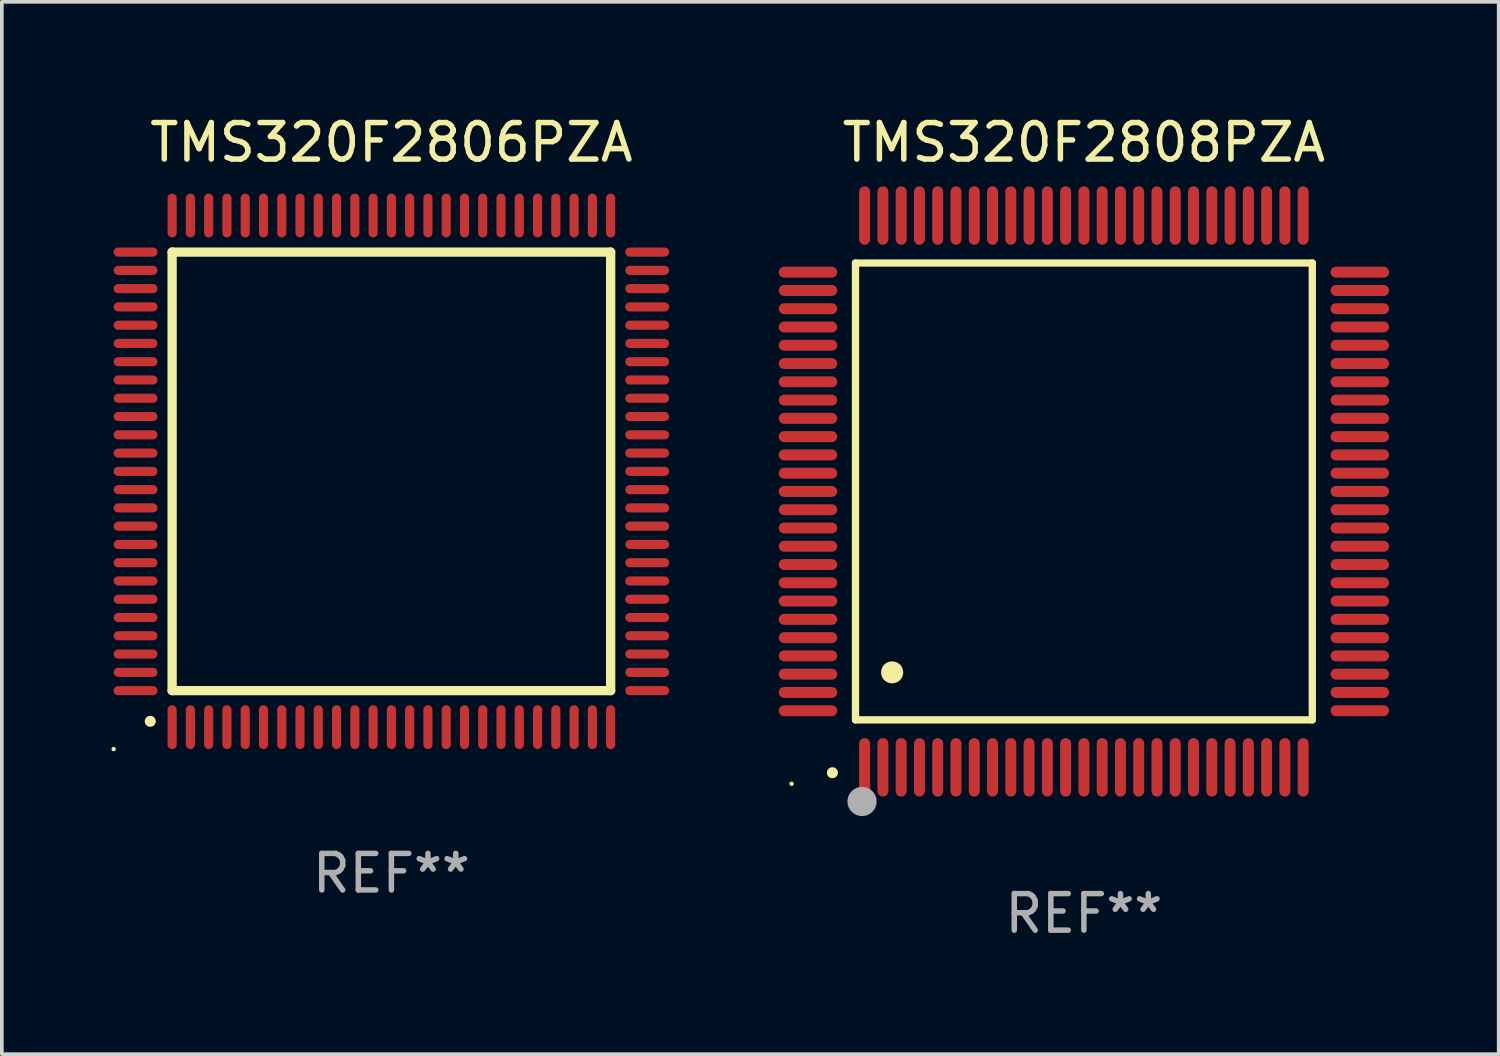
<source format=kicad_pcb>
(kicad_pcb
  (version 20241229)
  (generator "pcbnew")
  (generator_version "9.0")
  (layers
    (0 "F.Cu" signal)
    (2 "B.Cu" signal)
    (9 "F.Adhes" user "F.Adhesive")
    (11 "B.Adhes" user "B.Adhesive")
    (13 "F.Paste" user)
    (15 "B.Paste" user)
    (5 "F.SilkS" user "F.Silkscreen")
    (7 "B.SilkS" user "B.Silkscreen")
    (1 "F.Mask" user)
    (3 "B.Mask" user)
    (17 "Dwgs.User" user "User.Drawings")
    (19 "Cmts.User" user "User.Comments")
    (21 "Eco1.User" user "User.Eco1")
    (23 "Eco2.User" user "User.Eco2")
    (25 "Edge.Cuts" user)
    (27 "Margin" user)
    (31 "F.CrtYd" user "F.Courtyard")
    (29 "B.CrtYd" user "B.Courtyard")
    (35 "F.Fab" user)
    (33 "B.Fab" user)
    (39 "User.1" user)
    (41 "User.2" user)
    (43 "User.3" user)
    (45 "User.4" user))
  (footprint "TMS320F2806PZA"
    (layer "F.Cu")
    (at 7.66 9.848)
    (property "Reference" "TMS320F2806PZA" (at 0 -9 0) (layer "F.SilkS") (effects (font (size 1 1) (thickness 0.15))))
    (attr through_hole)
    (fp_line (start -6 -6) (end 6 -6) (stroke (width 0.254) (type solid)) (layer "F.SilkS"))
    (fp_line (start -6 6) (end -6 -6) (stroke (width 0.254) (type solid)) (layer "F.SilkS"))
    (fp_line (start 6 -6) (end 6 6) (stroke (width 0.254) (type solid)) (layer "F.SilkS"))
    (fp_line (start 6 6) (end -6 6) (stroke (width 0.254) (type solid)) (layer "F.SilkS"))
    (fp_arc (start -6.600025 6.840005) (mid -6.598755 6.84) (end -6.597485 6.840005) (stroke (width 0.3) (type solid)) (layer "F.SilkS"))
    (fp_circle (center -7.6 7.6) (end -7.57 7.6) (stroke (width 0.06) (type solid)) (fill no) (layer "F.SilkS"))
    (fp_text user "REF**" (at 0 11 0) (layer "F.Fab") (effects (font (size 1 1) (thickness 0.15))))
    (pad "1" smd oval (at -6 7 180) (size 0.25 1.2) (layers "F.Cu" "F.Mask" "F.Paste"))
    (pad "2" smd oval (at -5.5 7 180) (size 0.25 1.2) (layers "F.Cu" "F.Mask" "F.Paste"))
    (pad "3" smd oval (at -5 7 180) (size 0.25 1.2) (layers "F.Cu" "F.Mask" "F.Paste"))
    (pad "4" smd oval (at -4.5 7 180) (size 0.25 1.2) (layers "F.Cu" "F.Mask" "F.Paste"))
    (pad "5" smd oval (at -4 7 180) (size 0.25 1.2) (layers "F.Cu" "F.Mask" "F.Paste"))
    (pad "6" smd oval (at -3.5 7 180) (size 0.25 1.2) (layers "F.Cu" "F.Mask" "F.Paste"))
    (pad "7" smd oval (at -3 7 180) (size 0.25 1.2) (layers "F.Cu" "F.Mask" "F.Paste"))
    (pad "8" smd oval (at -2.5 7 180) (size 0.25 1.2) (layers "F.Cu" "F.Mask" "F.Paste"))
    (pad "9" smd oval (at -2 7 180) (size 0.25 1.2) (layers "F.Cu" "F.Mask" "F.Paste"))
    (pad "10" smd oval (at -1.5 7 180) (size 0.25 1.2) (layers "F.Cu" "F.Mask" "F.Paste"))
    (pad "11" smd oval (at -1 7 180) (size 0.25 1.2) (layers "F.Cu" "F.Mask" "F.Paste"))
    (pad "12" smd oval (at -0.5 7 180) (size 0.25 1.2) (layers "F.Cu" "F.Mask" "F.Paste"))
    (pad "13" smd oval (at 0 7 180) (size 0.25 1.2) (layers "F.Cu" "F.Mask" "F.Paste"))
    (pad "14" smd oval (at 0.5 7 180) (size 0.25 1.2) (layers "F.Cu" "F.Mask" "F.Paste"))
    (pad "15" smd oval (at 1 7 180) (size 0.25 1.2) (layers "F.Cu" "F.Mask" "F.Paste"))
    (pad "16" smd oval (at 1.5 7 180) (size 0.25 1.2) (layers "F.Cu" "F.Mask" "F.Paste"))
    (pad "17" smd oval (at 2 7 180) (size 0.25 1.2) (layers "F.Cu" "F.Mask" "F.Paste"))
    (pad "18" smd oval (at 2.5 7 180) (size 0.25 1.2) (layers "F.Cu" "F.Mask" "F.Paste"))
    (pad "19" smd oval (at 3 7 180) (size 0.25 1.2) (layers "F.Cu" "F.Mask" "F.Paste"))
    (pad "20" smd oval (at 3.5 7 180) (size 0.25 1.2) (layers "F.Cu" "F.Mask" "F.Paste"))
    (pad "21" smd oval (at 4 7 180) (size 0.25 1.2) (layers "F.Cu" "F.Mask" "F.Paste"))
    (pad "22" smd oval (at 4.5 7 180) (size 0.25 1.2) (layers "F.Cu" "F.Mask" "F.Paste"))
    (pad "23" smd oval (at 5 7 180) (size 0.25 1.2) (layers "F.Cu" "F.Mask" "F.Paste"))
    (pad "24" smd oval (at 5.5 7 180) (size 0.25 1.2) (layers "F.Cu" "F.Mask" "F.Paste"))
    (pad "25" smd oval (at 6 7 180) (size 0.25 1.2) (layers "F.Cu" "F.Mask" "F.Paste"))
    (pad "26" smd oval (at 7 6 90) (size 0.25 1.2) (layers "F.Cu" "F.Mask" "F.Paste"))
    (pad "27" smd oval (at 7 5.5 90) (size 0.25 1.2) (layers "F.Cu" "F.Mask" "F.Paste"))
    (pad "28" smd oval (at 7 5 90) (size 0.25 1.2) (layers "F.Cu" "F.Mask" "F.Paste"))
    (pad "29" smd oval (at 7 4.5 90) (size 0.25 1.2) (layers "F.Cu" "F.Mask" "F.Paste"))
    (pad "30" smd oval (at 7 4 90) (size 0.25 1.2) (layers "F.Cu" "F.Mask" "F.Paste"))
    (pad "31" smd oval (at 7 3.5 90) (size 0.25 1.2) (layers "F.Cu" "F.Mask" "F.Paste"))
    (pad "32" smd oval (at 7 3 90) (size 0.25 1.2) (layers "F.Cu" "F.Mask" "F.Paste"))
    (pad "33" smd oval (at 7 2.5 90) (size 0.25 1.2) (layers "F.Cu" "F.Mask" "F.Paste"))
    (pad "34" smd oval (at 7 2 90) (size 0.25 1.2) (layers "F.Cu" "F.Mask" "F.Paste"))
    (pad "35" smd oval (at 7 1.5 90) (size 0.25 1.2) (layers "F.Cu" "F.Mask" "F.Paste"))
    (pad "36" smd oval (at 7 1 90) (size 0.25 1.2) (layers "F.Cu" "F.Mask" "F.Paste"))
    (pad "37" smd oval (at 7 0.5 90) (size 0.25 1.2) (layers "F.Cu" "F.Mask" "F.Paste"))
    (pad "38" smd oval (at 7 0 90) (size 0.25 1.2) (layers "F.Cu" "F.Mask" "F.Paste"))
    (pad "39" smd oval (at 7 -0.5 90) (size 0.25 1.2) (layers "F.Cu" "F.Mask" "F.Paste"))
    (pad "40" smd oval (at 7 -1 90) (size 0.25 1.2) (layers "F.Cu" "F.Mask" "F.Paste"))
    (pad "41" smd oval (at 7 -1.5 90) (size 0.25 1.2) (layers "F.Cu" "F.Mask" "F.Paste"))
    (pad "42" smd oval (at 7 -2 90) (size 0.25 1.2) (layers "F.Cu" "F.Mask" "F.Paste"))
    (pad "43" smd oval (at 7 -2.5 90) (size 0.25 1.2) (layers "F.Cu" "F.Mask" "F.Paste"))
    (pad "44" smd oval (at 7 -3 90) (size 0.25 1.2) (layers "F.Cu" "F.Mask" "F.Paste"))
    (pad "45" smd oval (at 7 -3.5 90) (size 0.25 1.2) (layers "F.Cu" "F.Mask" "F.Paste"))
    (pad "46" smd oval (at 7 -4 90) (size 0.25 1.2) (layers "F.Cu" "F.Mask" "F.Paste"))
    (pad "47" smd oval (at 7 -4.5 90) (size 0.25 1.2) (layers "F.Cu" "F.Mask" "F.Paste"))
    (pad "48" smd oval (at 7 -5 90) (size 0.25 1.2) (layers "F.Cu" "F.Mask" "F.Paste"))
    (pad "49" smd oval (at 7 -5.5 90) (size 0.25 1.2) (layers "F.Cu" "F.Mask" "F.Paste"))
    (pad "50" smd oval (at 7 -6 90) (size 0.25 1.2) (layers "F.Cu" "F.Mask" "F.Paste"))
    (pad "51" smd oval (at 6 -7 180) (size 0.25 1.2) (layers "F.Cu" "F.Mask" "F.Paste"))
    (pad "52" smd oval (at 5.5 -7 180) (size 0.25 1.2) (layers "F.Cu" "F.Mask" "F.Paste"))
    (pad "53" smd oval (at 5 -7 180) (size 0.25 1.2) (layers "F.Cu" "F.Mask" "F.Paste"))
    (pad "54" smd oval (at 4.5 -7 180) (size 0.25 1.2) (layers "F.Cu" "F.Mask" "F.Paste"))
    (pad "55" smd oval (at 4 -7 180) (size 0.25 1.2) (layers "F.Cu" "F.Mask" "F.Paste"))
    (pad "56" smd oval (at 3.5 -7 180) (size 0.25 1.2) (layers "F.Cu" "F.Mask" "F.Paste"))
    (pad "57" smd oval (at 3 -7 180) (size 0.25 1.2) (layers "F.Cu" "F.Mask" "F.Paste"))
    (pad "58" smd oval (at 2.5 -7 180) (size 0.25 1.2) (layers "F.Cu" "F.Mask" "F.Paste"))
    (pad "59" smd oval (at 2 -7 180) (size 0.25 1.2) (layers "F.Cu" "F.Mask" "F.Paste"))
    (pad "60" smd oval (at 1.5 -7 180) (size 0.25 1.2) (layers "F.Cu" "F.Mask" "F.Paste"))
    (pad "61" smd oval (at 1 -7 180) (size 0.25 1.2) (layers "F.Cu" "F.Mask" "F.Paste"))
    (pad "62" smd oval (at 0.5 -7 180) (size 0.25 1.2) (layers "F.Cu" "F.Mask" "F.Paste"))
    (pad "63" smd oval (at 0 -7 180) (size 0.25 1.2) (layers "F.Cu" "F.Mask" "F.Paste"))
    (pad "64" smd oval (at -0.5 -7 180) (size 0.25 1.2) (layers "F.Cu" "F.Mask" "F.Paste"))
    (pad "65" smd oval (at -1 -7 180) (size 0.25 1.2) (layers "F.Cu" "F.Mask" "F.Paste"))
    (pad "66" smd oval (at -1.5 -7 180) (size 0.25 1.2) (layers "F.Cu" "F.Mask" "F.Paste"))
    (pad "67" smd oval (at -2 -7 180) (size 0.25 1.2) (layers "F.Cu" "F.Mask" "F.Paste"))
    (pad "68" smd oval (at -2.5 -7 180) (size 0.25 1.2) (layers "F.Cu" "F.Mask" "F.Paste"))
    (pad "69" smd oval (at -3 -7 180) (size 0.25 1.2) (layers "F.Cu" "F.Mask" "F.Paste"))
    (pad "70" smd oval (at -3.5 -7 180) (size 0.25 1.2) (layers "F.Cu" "F.Mask" "F.Paste"))
    (pad "71" smd oval (at -4 -7 180) (size 0.25 1.2) (layers "F.Cu" "F.Mask" "F.Paste"))
    (pad "72" smd oval (at -4.5 -7 180) (size 0.25 1.2) (layers "F.Cu" "F.Mask" "F.Paste"))
    (pad "73" smd oval (at -5 -7 180) (size 0.25 1.2) (layers "F.Cu" "F.Mask" "F.Paste"))
    (pad "74" smd oval (at -5.5 -7 180) (size 0.25 1.2) (layers "F.Cu" "F.Mask" "F.Paste"))
    (pad "75" smd oval (at -6 -7 180) (size 0.25 1.2) (layers "F.Cu" "F.Mask" "F.Paste"))
    (pad "76" smd oval (at -7 -6 90) (size 0.25 1.2) (layers "F.Cu" "F.Mask" "F.Paste"))
    (pad "77" smd oval (at -7 -5.5 90) (size 0.25 1.2) (layers "F.Cu" "F.Mask" "F.Paste"))
    (pad "78" smd oval (at -7 -5 90) (size 0.25 1.2) (layers "F.Cu" "F.Mask" "F.Paste"))
    (pad "79" smd oval (at -7 -4.5 90) (size 0.25 1.2) (layers "F.Cu" "F.Mask" "F.Paste"))
    (pad "80" smd oval (at -7 -4 90) (size 0.25 1.2) (layers "F.Cu" "F.Mask" "F.Paste"))
    (pad "81" smd oval (at -7 -3.5 90) (size 0.25 1.2) (layers "F.Cu" "F.Mask" "F.Paste"))
    (pad "82" smd oval (at -7 -3 90) (size 0.25 1.2) (layers "F.Cu" "F.Mask" "F.Paste"))
    (pad "83" smd oval (at -7 -2.5 90) (size 0.25 1.2) (layers "F.Cu" "F.Mask" "F.Paste"))
    (pad "84" smd oval (at -7 -2 90) (size 0.25 1.2) (layers "F.Cu" "F.Mask" "F.Paste"))
    (pad "85" smd oval (at -7 -1.5 90) (size 0.25 1.2) (layers "F.Cu" "F.Mask" "F.Paste"))
    (pad "86" smd oval (at -7 -1 90) (size 0.25 1.2) (layers "F.Cu" "F.Mask" "F.Paste"))
    (pad "87" smd oval (at -7 -0.5 90) (size 0.25 1.2) (layers "F.Cu" "F.Mask" "F.Paste"))
    (pad "88" smd oval (at -7 0 90) (size 0.25 1.2) (layers "F.Cu" "F.Mask" "F.Paste"))
    (pad "89" smd oval (at -7 0.5 90) (size 0.25 1.2) (layers "F.Cu" "F.Mask" "F.Paste"))
    (pad "90" smd oval (at -7 1 90) (size 0.25 1.2) (layers "F.Cu" "F.Mask" "F.Paste"))
    (pad "91" smd oval (at -7 1.5 90) (size 0.25 1.2) (layers "F.Cu" "F.Mask" "F.Paste"))
    (pad "92" smd oval (at -7 2 90) (size 0.25 1.2) (layers "F.Cu" "F.Mask" "F.Paste"))
    (pad "93" smd oval (at -7 2.5 90) (size 0.25 1.2) (layers "F.Cu" "F.Mask" "F.Paste"))
    (pad "94" smd oval (at -7 3 90) (size 0.25 1.2) (layers "F.Cu" "F.Mask" "F.Paste"))
    (pad "95" smd oval (at -7 3.5 90) (size 0.25 1.2) (layers "F.Cu" "F.Mask" "F.Paste"))
    (pad "96" smd oval (at -7 4 90) (size 0.25 1.2) (layers "F.Cu" "F.Mask" "F.Paste"))
    (pad "97" smd oval (at -7 4.5 90) (size 0.25 1.2) (layers "F.Cu" "F.Mask" "F.Paste"))
    (pad "98" smd oval (at -7 5 90) (size 0.25 1.2) (layers "F.Cu" "F.Mask" "F.Paste"))
    (pad "99" smd oval (at -7 5.5 90) (size 0.25 1.2) (layers "F.Cu" "F.Mask" "F.Paste"))
    (pad "100" smd oval (at -7 6 90) (size 0.25 1.2) (layers "F.Cu" "F.Mask" "F.Paste")))
  (footprint "TMS320F2808PZA"
    (layer "F.Cu")
    (at 26.61 10.398)
    (property "Reference" "TMS320F2808PZA" (at 0 -9.55 0) (layer "F.SilkS") (effects (font (size 1 1) (thickness 0.15))))
    (attr through_hole)
    (fp_line (start -6.25 -6.25) (end -6.25 6.25) (stroke (width 0.2) (type solid)) (layer "F.SilkS"))
    (fp_line (start -6.25 6.25) (end 6.25 6.25) (stroke (width 0.2) (type solid)) (layer "F.SilkS"))
    (fp_line (start 6.25 -6.25) (end -6.25 -6.25) (stroke (width 0.2) (type solid)) (layer "F.SilkS"))
    (fp_line (start 6.25 6.25) (end 6.25 -6.25) (stroke (width 0.2) (type solid)) (layer "F.SilkS"))
    (fp_arc (start -6.883414 7.696215) (mid -6.882144 7.69621) (end -6.880874 7.696215) (stroke (width 0.3) (type solid)) (layer "F.SilkS"))
    (fp_arc (start -5.250191 4.95047) (mid -5.247651 4.950459) (end -5.245111 4.95047) (stroke (width 0.6) (type solid)) (layer "F.SilkS"))
    (fp_circle (center -8 8) (end -7.97 8) (stroke (width 0.06) (type solid)) (fill no) (layer "F.SilkS"))
    (fp_circle (center -6.071 8.484) (end -5.871 8.484) (stroke (width 0.4) (type solid)) (fill no) (layer "F.Fab"))
    (fp_text user "REF**" (at 0 11.55 0) (layer "F.Fab") (effects (font (size 1 1) (thickness 0.15))))
    (pad "1" smd oval (at -6 7.55) (size 0.3 1.6) (layers "F.Cu" "F.Mask" "F.Paste"))
    (pad "2" smd oval (at -5.5 7.55) (size 0.3 1.6) (layers "F.Cu" "F.Mask" "F.Paste"))
    (pad "3" smd oval (at -5 7.55) (size 0.3 1.6) (layers "F.Cu" "F.Mask" "F.Paste"))
    (pad "4" smd oval (at -4.5 7.55) (size 0.3 1.6) (layers "F.Cu" "F.Mask" "F.Paste"))
    (pad "5" smd oval (at -4 7.55) (size 0.3 1.6) (layers "F.Cu" "F.Mask" "F.Paste"))
    (pad "6" smd oval (at -3.5 7.55) (size 0.3 1.6) (layers "F.Cu" "F.Mask" "F.Paste"))
    (pad "7" smd oval (at -3 7.55) (size 0.3 1.6) (layers "F.Cu" "F.Mask" "F.Paste"))
    (pad "8" smd oval (at -2.5 7.55) (size 0.3 1.6) (layers "F.Cu" "F.Mask" "F.Paste"))
    (pad "9" smd oval (at -2 7.55) (size 0.3 1.6) (layers "F.Cu" "F.Mask" "F.Paste"))
    (pad "10" smd oval (at -1.5 7.55) (size 0.3 1.6) (layers "F.Cu" "F.Mask" "F.Paste"))
    (pad "11" smd oval (at -1 7.55) (size 0.3 1.6) (layers "F.Cu" "F.Mask" "F.Paste"))
    (pad "12" smd oval (at -0.5 7.55) (size 0.3 1.6) (layers "F.Cu" "F.Mask" "F.Paste"))
    (pad "13" smd oval (at 0 7.55) (size 0.3 1.6) (layers "F.Cu" "F.Mask" "F.Paste"))
    (pad "14" smd oval (at 0.5 7.55) (size 0.3 1.6) (layers "F.Cu" "F.Mask" "F.Paste"))
    (pad "15" smd oval (at 1 7.55) (size 0.3 1.6) (layers "F.Cu" "F.Mask" "F.Paste"))
    (pad "16" smd oval (at 1.5 7.55) (size 0.3 1.6) (layers "F.Cu" "F.Mask" "F.Paste"))
    (pad "17" smd oval (at 2 7.55) (size 0.3 1.6) (layers "F.Cu" "F.Mask" "F.Paste"))
    (pad "18" smd oval (at 2.5 7.55) (size 0.3 1.6) (layers "F.Cu" "F.Mask" "F.Paste"))
    (pad "19" smd oval (at 3 7.55) (size 0.3 1.6) (layers "F.Cu" "F.Mask" "F.Paste"))
    (pad "20" smd oval (at 3.5 7.55) (size 0.3 1.6) (layers "F.Cu" "F.Mask" "F.Paste"))
    (pad "21" smd oval (at 4 7.55) (size 0.3 1.6) (layers "F.Cu" "F.Mask" "F.Paste"))
    (pad "22" smd oval (at 4.5 7.55) (size 0.3 1.6) (layers "F.Cu" "F.Mask" "F.Paste"))
    (pad "23" smd oval (at 5 7.55) (size 0.3 1.6) (layers "F.Cu" "F.Mask" "F.Paste"))
    (pad "24" smd oval (at 5.5 7.55) (size 0.3 1.6) (layers "F.Cu" "F.Mask" "F.Paste"))
    (pad "25" smd oval (at 6 7.55) (size 0.3 1.6) (layers "F.Cu" "F.Mask" "F.Paste"))
    (pad "26" smd oval (at 7.55 6) (size 1.6 0.3) (layers "F.Cu" "F.Mask" "F.Paste"))
    (pad "27" smd oval (at 7.55 5.5) (size 1.6 0.3) (layers "F.Cu" "F.Mask" "F.Paste"))
    (pad "28" smd oval (at 7.55 5) (size 1.6 0.3) (layers "F.Cu" "F.Mask" "F.Paste"))
    (pad "29" smd oval (at 7.55 4.5) (size 1.6 0.3) (layers "F.Cu" "F.Mask" "F.Paste"))
    (pad "30" smd oval (at 7.55 4) (size 1.6 0.3) (layers "F.Cu" "F.Mask" "F.Paste"))
    (pad "31" smd oval (at 7.55 3.5) (size 1.6 0.3) (layers "F.Cu" "F.Mask" "F.Paste"))
    (pad "32" smd oval (at 7.55 3) (size 1.6 0.3) (layers "F.Cu" "F.Mask" "F.Paste"))
    (pad "33" smd oval (at 7.55 2.5) (size 1.6 0.3) (layers "F.Cu" "F.Mask" "F.Paste"))
    (pad "34" smd oval (at 7.55 2) (size 1.6 0.3) (layers "F.Cu" "F.Mask" "F.Paste"))
    (pad "35" smd oval (at 7.55 1.5) (size 1.6 0.3) (layers "F.Cu" "F.Mask" "F.Paste"))
    (pad "36" smd oval (at 7.55 1) (size 1.6 0.3) (layers "F.Cu" "F.Mask" "F.Paste"))
    (pad "37" smd oval (at 7.55 0.5) (size 1.6 0.3) (layers "F.Cu" "F.Mask" "F.Paste"))
    (pad "38" smd oval (at 7.55 0) (size 1.6 0.3) (layers "F.Cu" "F.Mask" "F.Paste"))
    (pad "39" smd oval (at 7.55 -0.5) (size 1.6 0.3) (layers "F.Cu" "F.Mask" "F.Paste"))
    (pad "40" smd oval (at 7.55 -1) (size 1.6 0.3) (layers "F.Cu" "F.Mask" "F.Paste"))
    (pad "41" smd oval (at 7.55 -1.5) (size 1.6 0.3) (layers "F.Cu" "F.Mask" "F.Paste"))
    (pad "42" smd oval (at 7.55 -2) (size 1.6 0.3) (layers "F.Cu" "F.Mask" "F.Paste"))
    (pad "43" smd oval (at 7.55 -2.5) (size 1.6 0.3) (layers "F.Cu" "F.Mask" "F.Paste"))
    (pad "44" smd oval (at 7.55 -3) (size 1.6 0.3) (layers "F.Cu" "F.Mask" "F.Paste"))
    (pad "45" smd oval (at 7.55 -3.5) (size 1.6 0.3) (layers "F.Cu" "F.Mask" "F.Paste"))
    (pad "46" smd oval (at 7.55 -4) (size 1.6 0.3) (layers "F.Cu" "F.Mask" "F.Paste"))
    (pad "47" smd oval (at 7.55 -4.5) (size 1.6 0.3) (layers "F.Cu" "F.Mask" "F.Paste"))
    (pad "48" smd oval (at 7.55 -5) (size 1.6 0.3) (layers "F.Cu" "F.Mask" "F.Paste"))
    (pad "49" smd oval (at 7.55 -5.5) (size 1.6 0.3) (layers "F.Cu" "F.Mask" "F.Paste"))
    (pad "50" smd oval (at 7.55 -6) (size 1.6 0.3) (layers "F.Cu" "F.Mask" "F.Paste"))
    (pad "51" smd oval (at 6 -7.55) (size 0.3 1.6) (layers "F.Cu" "F.Mask" "F.Paste"))
    (pad "52" smd oval (at 5.5 -7.55) (size 0.3 1.6) (layers "F.Cu" "F.Mask" "F.Paste"))
    (pad "53" smd oval (at 5 -7.55) (size 0.3 1.6) (layers "F.Cu" "F.Mask" "F.Paste"))
    (pad "54" smd oval (at 4.5 -7.55) (size 0.3 1.6) (layers "F.Cu" "F.Mask" "F.Paste"))
    (pad "55" smd oval (at 4 -7.55) (size 0.3 1.6) (layers "F.Cu" "F.Mask" "F.Paste"))
    (pad "56" smd oval (at 3.5 -7.55) (size 0.3 1.6) (layers "F.Cu" "F.Mask" "F.Paste"))
    (pad "57" smd oval (at 3 -7.55) (size 0.3 1.6) (layers "F.Cu" "F.Mask" "F.Paste"))
    (pad "58" smd oval (at 2.5 -7.55) (size 0.3 1.6) (layers "F.Cu" "F.Mask" "F.Paste"))
    (pad "59" smd oval (at 2 -7.55) (size 0.3 1.6) (layers "F.Cu" "F.Mask" "F.Paste"))
    (pad "60" smd oval (at 1.5 -7.55) (size 0.3 1.6) (layers "F.Cu" "F.Mask" "F.Paste"))
    (pad "61" smd oval (at 1 -7.55) (size 0.3 1.6) (layers "F.Cu" "F.Mask" "F.Paste"))
    (pad "62" smd oval (at 0.5 -7.55) (size 0.3 1.6) (layers "F.Cu" "F.Mask" "F.Paste"))
    (pad "63" smd oval (at 0 -7.55) (size 0.3 1.6) (layers "F.Cu" "F.Mask" "F.Paste"))
    (pad "64" smd oval (at -0.5 -7.55) (size 0.3 1.6) (layers "F.Cu" "F.Mask" "F.Paste"))
    (pad "65" smd oval (at -1 -7.55) (size 0.3 1.6) (layers "F.Cu" "F.Mask" "F.Paste"))
    (pad "66" smd oval (at -1.5 -7.55) (size 0.3 1.6) (layers "F.Cu" "F.Mask" "F.Paste"))
    (pad "67" smd oval (at -2 -7.55) (size 0.3 1.6) (layers "F.Cu" "F.Mask" "F.Paste"))
    (pad "68" smd oval (at -2.5 -7.55) (size 0.3 1.6) (layers "F.Cu" "F.Mask" "F.Paste"))
    (pad "69" smd oval (at -3 -7.55) (size 0.3 1.6) (layers "F.Cu" "F.Mask" "F.Paste"))
    (pad "70" smd oval (at -3.5 -7.55) (size 0.3 1.6) (layers "F.Cu" "F.Mask" "F.Paste"))
    (pad "71" smd oval (at -4 -7.55) (size 0.3 1.6) (layers "F.Cu" "F.Mask" "F.Paste"))
    (pad "72" smd oval (at -4.5 -7.55) (size 0.3 1.6) (layers "F.Cu" "F.Mask" "F.Paste"))
    (pad "73" smd oval (at -5 -7.55) (size 0.3 1.6) (layers "F.Cu" "F.Mask" "F.Paste"))
    (pad "74" smd oval (at -5.5 -7.55) (size 0.3 1.6) (layers "F.Cu" "F.Mask" "F.Paste"))
    (pad "75" smd oval (at -6 -7.55) (size 0.3 1.6) (layers "F.Cu" "F.Mask" "F.Paste"))
    (pad "76" smd oval (at -7.55 -6) (size 1.6 0.3) (layers "F.Cu" "F.Mask" "F.Paste"))
    (pad "77" smd oval (at -7.55 -5.5) (size 1.6 0.3) (layers "F.Cu" "F.Mask" "F.Paste"))
    (pad "78" smd oval (at -7.55 -5) (size 1.6 0.3) (layers "F.Cu" "F.Mask" "F.Paste"))
    (pad "79" smd oval (at -7.55 -4.5) (size 1.6 0.3) (layers "F.Cu" "F.Mask" "F.Paste"))
    (pad "80" smd oval (at -7.55 -4) (size 1.6 0.3) (layers "F.Cu" "F.Mask" "F.Paste"))
    (pad "81" smd oval (at -7.55 -3.5) (size 1.6 0.3) (layers "F.Cu" "F.Mask" "F.Paste"))
    (pad "82" smd oval (at -7.55 -3) (size 1.6 0.3) (layers "F.Cu" "F.Mask" "F.Paste"))
    (pad "83" smd oval (at -7.55 -2.5) (size 1.6 0.3) (layers "F.Cu" "F.Mask" "F.Paste"))
    (pad "84" smd oval (at -7.55 -2) (size 1.6 0.3) (layers "F.Cu" "F.Mask" "F.Paste"))
    (pad "85" smd oval (at -7.55 -1.5) (size 1.6 0.3) (layers "F.Cu" "F.Mask" "F.Paste"))
    (pad "86" smd oval (at -7.55 -1) (size 1.6 0.3) (layers "F.Cu" "F.Mask" "F.Paste"))
    (pad "87" smd oval (at -7.55 -0.5) (size 1.6 0.3) (layers "F.Cu" "F.Mask" "F.Paste"))
    (pad "88" smd oval (at -7.55 0) (size 1.6 0.3) (layers "F.Cu" "F.Mask" "F.Paste"))
    (pad "89" smd oval (at -7.55 0.5) (size 1.6 0.3) (layers "F.Cu" "F.Mask" "F.Paste"))
    (pad "90" smd oval (at -7.55 1) (size 1.6 0.3) (layers "F.Cu" "F.Mask" "F.Paste"))
    (pad "91" smd oval (at -7.55 1.5) (size 1.6 0.3) (layers "F.Cu" "F.Mask" "F.Paste"))
    (pad "92" smd oval (at -7.55 2) (size 1.6 0.3) (layers "F.Cu" "F.Mask" "F.Paste"))
    (pad "93" smd oval (at -7.55 2.5) (size 1.6 0.3) (layers "F.Cu" "F.Mask" "F.Paste"))
    (pad "94" smd oval (at -7.55 3) (size 1.6 0.3) (layers "F.Cu" "F.Mask" "F.Paste"))
    (pad "95" smd oval (at -7.55 3.5) (size 1.6 0.3) (layers "F.Cu" "F.Mask" "F.Paste"))
    (pad "96" smd oval (at -7.55 4) (size 1.6 0.3) (layers "F.Cu" "F.Mask" "F.Paste"))
    (pad "97" smd oval (at -7.55 4.5) (size 1.6 0.3) (layers "F.Cu" "F.Mask" "F.Paste"))
    (pad "98" smd oval (at -7.55 5) (size 1.6 0.3) (layers "F.Cu" "F.Mask" "F.Paste"))
    (pad "99" smd oval (at -7.55 5.5) (size 1.6 0.3) (layers "F.Cu" "F.Mask" "F.Paste"))
    (pad "100" smd oval (at -7.55 6) (size 1.6 0.3) (layers "F.Cu" "F.Mask" "F.Paste")))
  (gr_rect
    (start -3 -3)
    (end 37.96 25.796)
    (stroke (width 0.1) (type default))
    (fill no)
    (layer "Edge.Cuts")))
</source>
